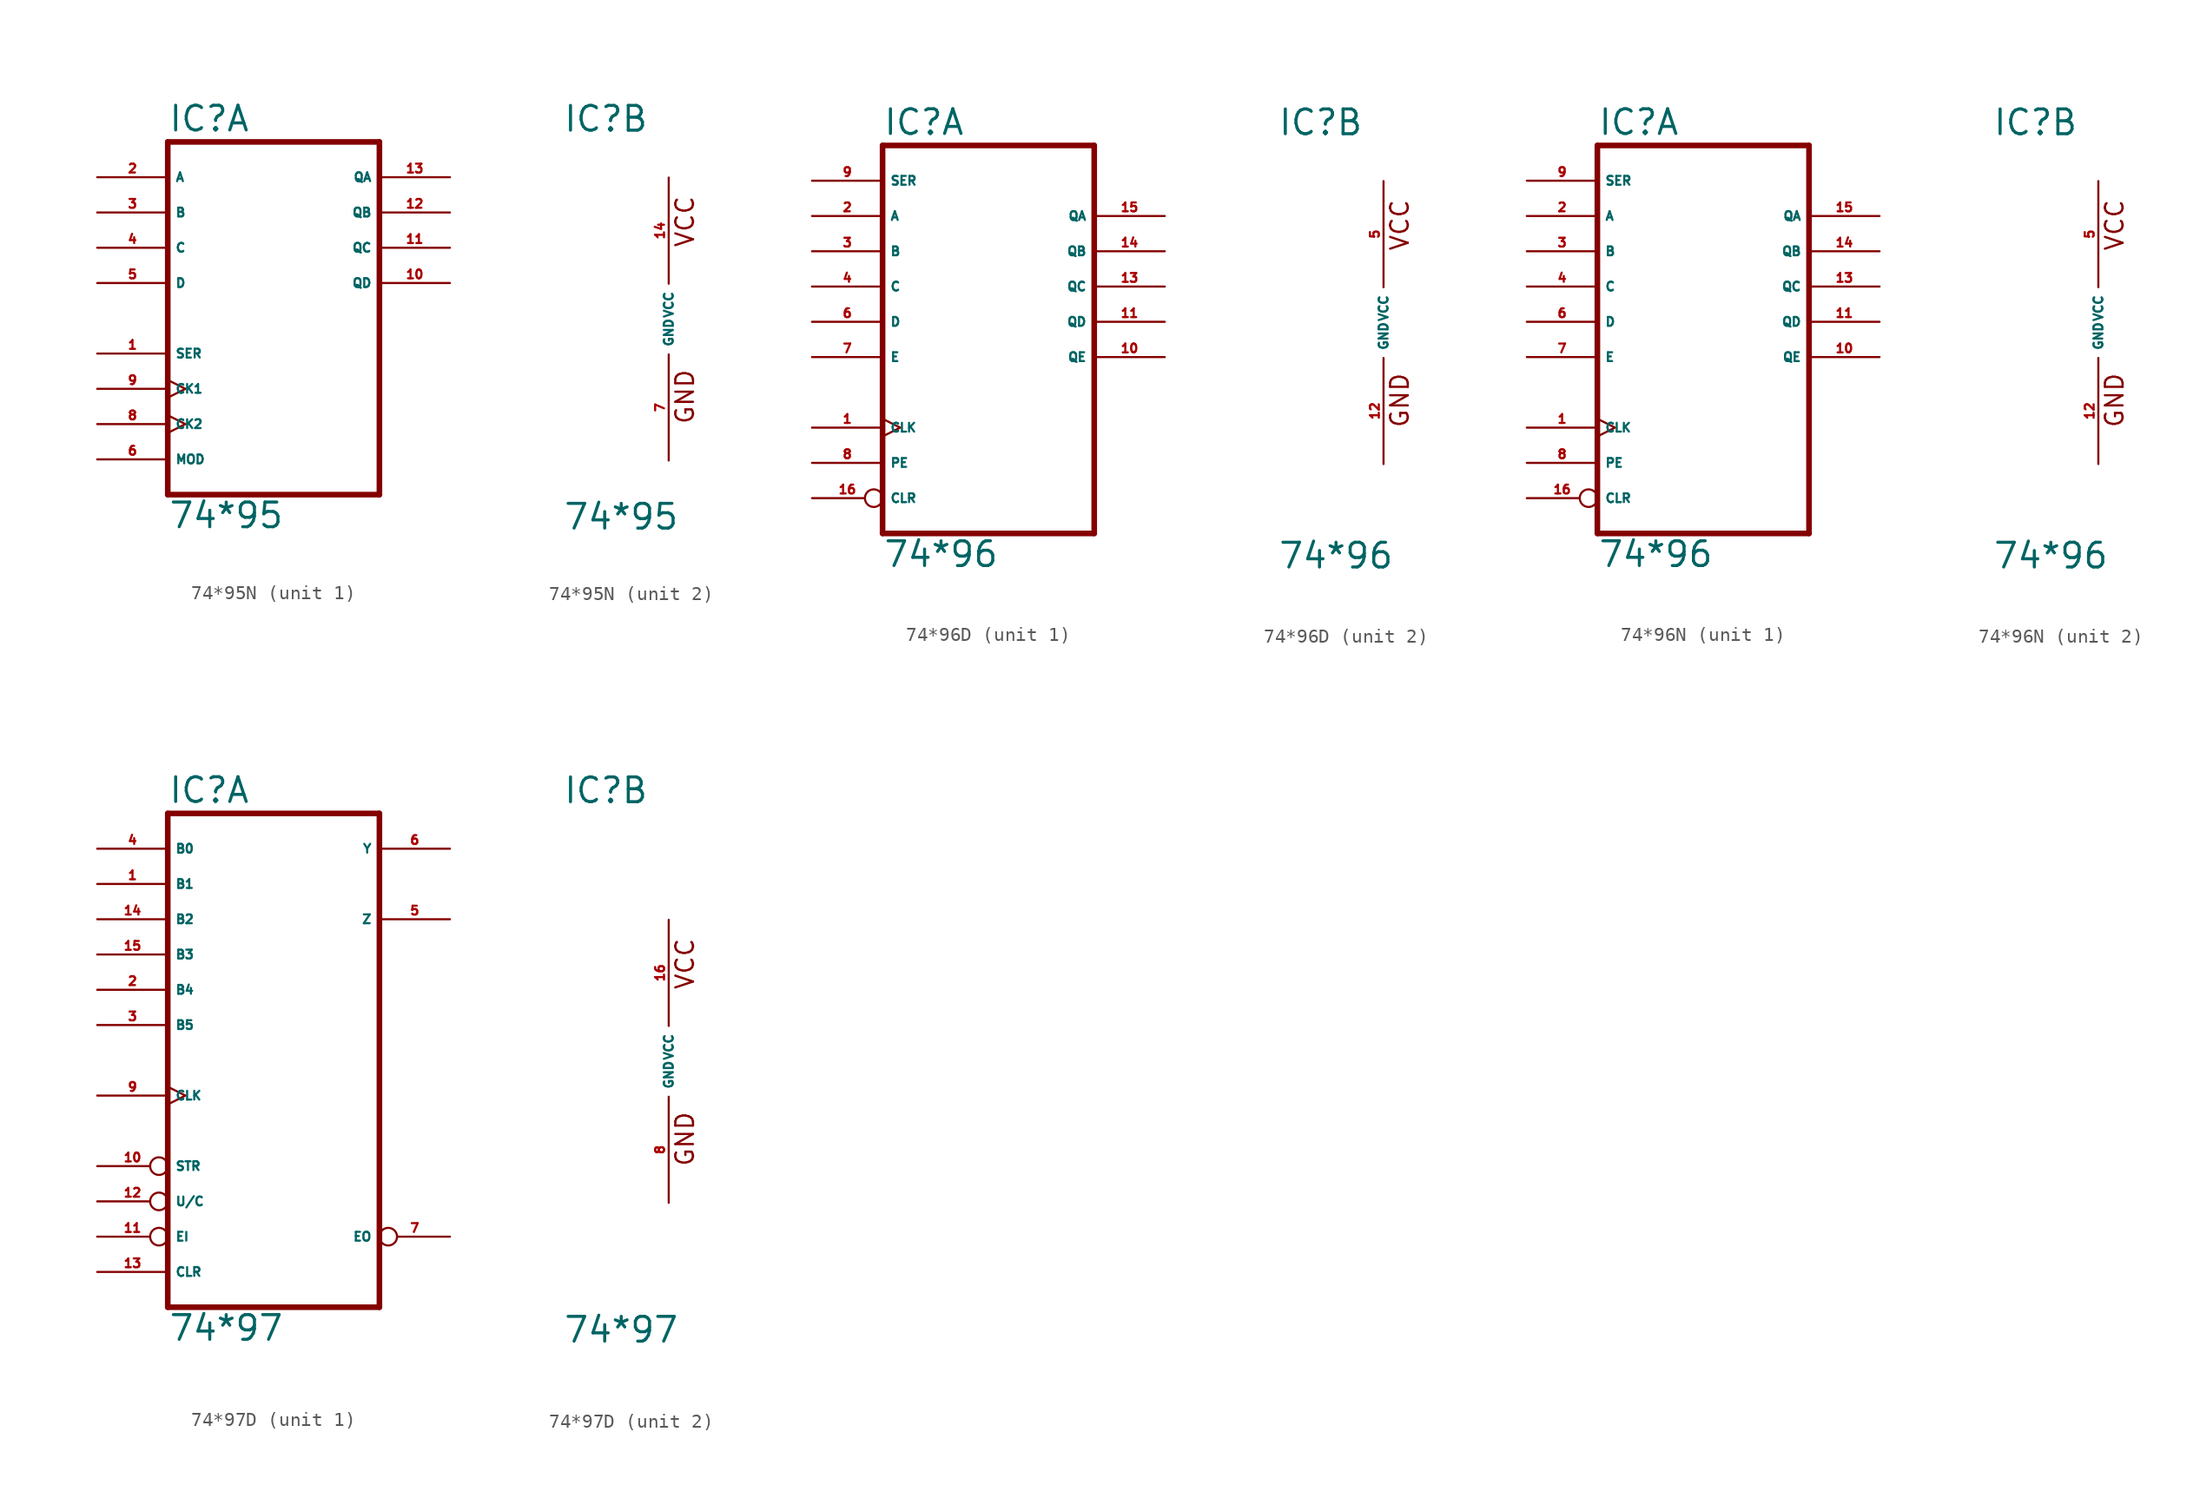
<source format=kicad_sym>
(kicad_symbol_lib
  (version 20220914)
  (generator Eagle2Kicad)
  (symbol "74*95N"
    (property "Reference" "IC"
      (at -7.62 13.335 0)
      (effects (font (size 1.778 1.778) (thickness 0.22)) (justify left bottom)))
    (property "Value" "74*95"
      (at -7.62 -15.24 0)
      (effects (font (size 1.778 1.778) (thickness 0.22)) (justify left bottom)))
    (symbol "74*95N_1_0"
      (polyline (pts (xy -7.62 -12.7) (xy 7.62 -12.7)) (stroke (width 0.406) (type default)) (fill (type none)))
      (polyline (pts (xy 7.62 -12.7) (xy 7.62 12.7)) (stroke (width 0.406) (type default)) (fill (type none)))
      (polyline (pts (xy 7.62 12.7) (xy -7.62 12.7)) (stroke (width 0.406) (type default)) (fill (type none)))
      (polyline (pts (xy -7.62 12.7) (xy -7.62 -12.7)) (stroke (width 0.406) (type default)) (fill (type none)))
      (pin input line (at -12.7 -2.54 0) (length 5.08) (name "SER" (effects (font (size 0.635 0.635) (thickness 0.08)) (justify left bottom))) (number "1" (effects (font (size 0.635 0.635) (thickness 0.08)) (justify left bottom))))
      (pin input line (at -12.7 10.16 0) (length 5.08) (name "A" (effects (font (size 0.635 0.635) (thickness 0.08)) (justify left bottom))) (number "2" (effects (font (size 0.635 0.635) (thickness 0.08)) (justify left bottom))))
      (pin input line (at -12.7 7.62 0) (length 5.08) (name "B" (effects (font (size 0.635 0.635) (thickness 0.08)) (justify left bottom))) (number "3" (effects (font (size 0.635 0.635) (thickness 0.08)) (justify left bottom))))
      (pin input line (at -12.7 5.08 0) (length 5.08) (name "C" (effects (font (size 0.635 0.635) (thickness 0.08)) (justify left bottom))) (number "4" (effects (font (size 0.635 0.635) (thickness 0.08)) (justify left bottom))))
      (pin input line (at -12.7 2.54 0) (length 5.08) (name "D" (effects (font (size 0.635 0.635) (thickness 0.08)) (justify left bottom))) (number "5" (effects (font (size 0.635 0.635) (thickness 0.08)) (justify left bottom))))
      (pin input line (at -12.7 -10.16 0) (length 5.08) (name "MOD" (effects (font (size 0.635 0.635) (thickness 0.08)) (justify left bottom))) (number "6" (effects (font (size 0.635 0.635) (thickness 0.08)) (justify left bottom))))
      (pin input clock (at -12.7 -7.62 0) (length 5.08) (name "CK2" (effects (font (size 0.635 0.635) (thickness 0.08)) (justify left bottom))) (number "8" (effects (font (size 0.635 0.635) (thickness 0.08)) (justify left bottom))))
      (pin input clock (at -12.7 -5.08 0) (length 5.08) (name "CK1" (effects (font (size 0.635 0.635) (thickness 0.08)) (justify left bottom))) (number "9" (effects (font (size 0.635 0.635) (thickness 0.08)) (justify left bottom))))
      (pin output line (at 12.7 2.54 180) (length 5.08) (name "QD" (effects (font (size 0.635 0.635) (thickness 0.08)) (justify left bottom))) (number "10" (effects (font (size 0.635 0.635) (thickness 0.08)) (justify left bottom))))
      (pin output line (at 12.7 5.08 180) (length 5.08) (name "QC" (effects (font (size 0.635 0.635) (thickness 0.08)) (justify left bottom))) (number "11" (effects (font (size 0.635 0.635) (thickness 0.08)) (justify left bottom))))
      (pin output line (at 12.7 7.62 180) (length 5.08) (name "QB" (effects (font (size 0.635 0.635) (thickness 0.08)) (justify left bottom))) (number "12" (effects (font (size 0.635 0.635) (thickness 0.08)) (justify left bottom))))
      (pin output line (at 12.7 10.16 180) (length 5.08) (name "QA" (effects (font (size 0.635 0.635) (thickness 0.08)) (justify left bottom))) (number "13" (effects (font (size 0.635 0.635) (thickness 0.08)) (justify left bottom)))))
    (symbol "74*95N_2_0"
      (text "GND" (at 1.905 -7.62 900) (effects (font (size 1.27 1.27) (thickness 0.16)) (justify left bottom)))
      (text "VCC" (at 1.905 5.08 900) (effects (font (size 1.27 1.27) (thickness 0.16)) (justify left bottom)))
      (pin unspecified line (at 0 -10.16 90) (length 7.62) (name "GND" (effects (font (size 0.635 0.635) (thickness 0.08)) (justify left bottom))) (number "7" (effects (font (size 0.635 0.635) (thickness 0.08)) (justify left bottom))))
      (pin unspecified line (at 0 10.16 270) (length 7.62) (name "VCC" (effects (font (size 0.635 0.635) (thickness 0.08)) (justify left bottom))) (number "14" (effects (font (size 0.635 0.635) (thickness 0.08)) (justify left bottom))))))
  (symbol "74*96D"
    (property "Reference" "IC"
      (at -7.62 13.335 0)
      (effects (font (size 1.778 1.778) (thickness 0.22)) (justify left bottom)))
    (property "Value" "74*96"
      (at -7.62 -17.78 0)
      (effects (font (size 1.778 1.778) (thickness 0.22)) (justify left bottom)))
    (symbol "74*96D_1_0"
      (polyline (pts (xy -7.62 -15.24) (xy 7.62 -15.24)) (stroke (width 0.406) (type default)) (fill (type none)))
      (polyline (pts (xy 7.62 -15.24) (xy 7.62 12.7)) (stroke (width 0.406) (type default)) (fill (type none)))
      (polyline (pts (xy 7.62 12.7) (xy -7.62 12.7)) (stroke (width 0.406) (type default)) (fill (type none)))
      (polyline (pts (xy -7.62 12.7) (xy -7.62 -15.24)) (stroke (width 0.406) (type default)) (fill (type none)))
      (pin input clock (at -12.7 -7.62 0) (length 5.08) (name "CLK" (effects (font (size 0.635 0.635) (thickness 0.08)) (justify left bottom))) (number "1" (effects (font (size 0.635 0.635) (thickness 0.08)) (justify left bottom))))
      (pin input line (at -12.7 7.62 0) (length 5.08) (name "A" (effects (font (size 0.635 0.635) (thickness 0.08)) (justify left bottom))) (number "2" (effects (font (size 0.635 0.635) (thickness 0.08)) (justify left bottom))))
      (pin input line (at -12.7 5.08 0) (length 5.08) (name "B" (effects (font (size 0.635 0.635) (thickness 0.08)) (justify left bottom))) (number "3" (effects (font (size 0.635 0.635) (thickness 0.08)) (justify left bottom))))
      (pin input line (at -12.7 2.54 0) (length 5.08) (name "C" (effects (font (size 0.635 0.635) (thickness 0.08)) (justify left bottom))) (number "4" (effects (font (size 0.635 0.635) (thickness 0.08)) (justify left bottom))))
      (pin input line (at -12.7 0 0) (length 5.08) (name "D" (effects (font (size 0.635 0.635) (thickness 0.08)) (justify left bottom))) (number "6" (effects (font (size 0.635 0.635) (thickness 0.08)) (justify left bottom))))
      (pin input line (at -12.7 -2.54 0) (length 5.08) (name "E" (effects (font (size 0.635 0.635) (thickness 0.08)) (justify left bottom))) (number "7" (effects (font (size 0.635 0.635) (thickness 0.08)) (justify left bottom))))
      (pin input line (at -12.7 -10.16 0) (length 5.08) (name "PE" (effects (font (size 0.635 0.635) (thickness 0.08)) (justify left bottom))) (number "8" (effects (font (size 0.635 0.635) (thickness 0.08)) (justify left bottom))))
      (pin input line (at -12.7 10.16 0) (length 5.08) (name "SER" (effects (font (size 0.635 0.635) (thickness 0.08)) (justify left bottom))) (number "9" (effects (font (size 0.635 0.635) (thickness 0.08)) (justify left bottom))))
      (pin output line (at 12.7 -2.54 180) (length 5.08) (name "QE" (effects (font (size 0.635 0.635) (thickness 0.08)) (justify left bottom))) (number "10" (effects (font (size 0.635 0.635) (thickness 0.08)) (justify left bottom))))
      (pin output line (at 12.7 0 180) (length 5.08) (name "QD" (effects (font (size 0.635 0.635) (thickness 0.08)) (justify left bottom))) (number "11" (effects (font (size 0.635 0.635) (thickness 0.08)) (justify left bottom))))
      (pin output line (at 12.7 2.54 180) (length 5.08) (name "QC" (effects (font (size 0.635 0.635) (thickness 0.08)) (justify left bottom))) (number "13" (effects (font (size 0.635 0.635) (thickness 0.08)) (justify left bottom))))
      (pin output line (at 12.7 5.08 180) (length 5.08) (name "QB" (effects (font (size 0.635 0.635) (thickness 0.08)) (justify left bottom))) (number "14" (effects (font (size 0.635 0.635) (thickness 0.08)) (justify left bottom))))
      (pin output line (at 12.7 7.62 180) (length 5.08) (name "QA" (effects (font (size 0.635 0.635) (thickness 0.08)) (justify left bottom))) (number "15" (effects (font (size 0.635 0.635) (thickness 0.08)) (justify left bottom))))
      (pin input inverted (at -12.7 -12.7 0) (length 5.08) (name "CLR" (effects (font (size 0.635 0.635) (thickness 0.08)) (justify left bottom))) (number "16" (effects (font (size 0.635 0.635) (thickness 0.08)) (justify left bottom)))))
    (symbol "74*96D_2_0"
      (text "GND" (at 1.905 -7.62 900) (effects (font (size 1.27 1.27) (thickness 0.16)) (justify left bottom)))
      (text "VCC" (at 1.905 5.08 900) (effects (font (size 1.27 1.27) (thickness 0.16)) (justify left bottom)))
      (pin unspecified line (at 0 -10.16 90) (length 7.62) (name "GND" (effects (font (size 0.635 0.635) (thickness 0.08)) (justify left bottom))) (number "12" (effects (font (size 0.635 0.635) (thickness 0.08)) (justify left bottom))))
      (pin unspecified line (at 0 10.16 270) (length 7.62) (name "VCC" (effects (font (size 0.635 0.635) (thickness 0.08)) (justify left bottom))) (number "5" (effects (font (size 0.635 0.635) (thickness 0.08)) (justify left bottom))))))
  (symbol "74*96N"
    (property "Reference" "IC"
      (at -7.62 13.335 0)
      (effects (font (size 1.778 1.778) (thickness 0.22)) (justify left bottom)))
    (property "Value" "74*96"
      (at -7.62 -17.78 0)
      (effects (font (size 1.778 1.778) (thickness 0.22)) (justify left bottom)))
    (symbol "74*96N_1_0"
      (polyline (pts (xy -7.62 -15.24) (xy 7.62 -15.24)) (stroke (width 0.406) (type default)) (fill (type none)))
      (polyline (pts (xy 7.62 -15.24) (xy 7.62 12.7)) (stroke (width 0.406) (type default)) (fill (type none)))
      (polyline (pts (xy 7.62 12.7) (xy -7.62 12.7)) (stroke (width 0.406) (type default)) (fill (type none)))
      (polyline (pts (xy -7.62 12.7) (xy -7.62 -15.24)) (stroke (width 0.406) (type default)) (fill (type none)))
      (pin input clock (at -12.7 -7.62 0) (length 5.08) (name "CLK" (effects (font (size 0.635 0.635) (thickness 0.08)) (justify left bottom))) (number "1" (effects (font (size 0.635 0.635) (thickness 0.08)) (justify left bottom))))
      (pin input line (at -12.7 7.62 0) (length 5.08) (name "A" (effects (font (size 0.635 0.635) (thickness 0.08)) (justify left bottom))) (number "2" (effects (font (size 0.635 0.635) (thickness 0.08)) (justify left bottom))))
      (pin input line (at -12.7 5.08 0) (length 5.08) (name "B" (effects (font (size 0.635 0.635) (thickness 0.08)) (justify left bottom))) (number "3" (effects (font (size 0.635 0.635) (thickness 0.08)) (justify left bottom))))
      (pin input line (at -12.7 2.54 0) (length 5.08) (name "C" (effects (font (size 0.635 0.635) (thickness 0.08)) (justify left bottom))) (number "4" (effects (font (size 0.635 0.635) (thickness 0.08)) (justify left bottom))))
      (pin input line (at -12.7 0 0) (length 5.08) (name "D" (effects (font (size 0.635 0.635) (thickness 0.08)) (justify left bottom))) (number "6" (effects (font (size 0.635 0.635) (thickness 0.08)) (justify left bottom))))
      (pin input line (at -12.7 -2.54 0) (length 5.08) (name "E" (effects (font (size 0.635 0.635) (thickness 0.08)) (justify left bottom))) (number "7" (effects (font (size 0.635 0.635) (thickness 0.08)) (justify left bottom))))
      (pin input line (at -12.7 -10.16 0) (length 5.08) (name "PE" (effects (font (size 0.635 0.635) (thickness 0.08)) (justify left bottom))) (number "8" (effects (font (size 0.635 0.635) (thickness 0.08)) (justify left bottom))))
      (pin input line (at -12.7 10.16 0) (length 5.08) (name "SER" (effects (font (size 0.635 0.635) (thickness 0.08)) (justify left bottom))) (number "9" (effects (font (size 0.635 0.635) (thickness 0.08)) (justify left bottom))))
      (pin output line (at 12.7 -2.54 180) (length 5.08) (name "QE" (effects (font (size 0.635 0.635) (thickness 0.08)) (justify left bottom))) (number "10" (effects (font (size 0.635 0.635) (thickness 0.08)) (justify left bottom))))
      (pin output line (at 12.7 0 180) (length 5.08) (name "QD" (effects (font (size 0.635 0.635) (thickness 0.08)) (justify left bottom))) (number "11" (effects (font (size 0.635 0.635) (thickness 0.08)) (justify left bottom))))
      (pin output line (at 12.7 2.54 180) (length 5.08) (name "QC" (effects (font (size 0.635 0.635) (thickness 0.08)) (justify left bottom))) (number "13" (effects (font (size 0.635 0.635) (thickness 0.08)) (justify left bottom))))
      (pin output line (at 12.7 5.08 180) (length 5.08) (name "QB" (effects (font (size 0.635 0.635) (thickness 0.08)) (justify left bottom))) (number "14" (effects (font (size 0.635 0.635) (thickness 0.08)) (justify left bottom))))
      (pin output line (at 12.7 7.62 180) (length 5.08) (name "QA" (effects (font (size 0.635 0.635) (thickness 0.08)) (justify left bottom))) (number "15" (effects (font (size 0.635 0.635) (thickness 0.08)) (justify left bottom))))
      (pin input inverted (at -12.7 -12.7 0) (length 5.08) (name "CLR" (effects (font (size 0.635 0.635) (thickness 0.08)) (justify left bottom))) (number "16" (effects (font (size 0.635 0.635) (thickness 0.08)) (justify left bottom)))))
    (symbol "74*96N_2_0"
      (text "GND" (at 1.905 -7.62 900) (effects (font (size 1.27 1.27) (thickness 0.16)) (justify left bottom)))
      (text "VCC" (at 1.905 5.08 900) (effects (font (size 1.27 1.27) (thickness 0.16)) (justify left bottom)))
      (pin unspecified line (at 0 -10.16 90) (length 7.62) (name "GND" (effects (font (size 0.635 0.635) (thickness 0.08)) (justify left bottom))) (number "12" (effects (font (size 0.635 0.635) (thickness 0.08)) (justify left bottom))))
      (pin unspecified line (at 0 10.16 270) (length 7.62) (name "VCC" (effects (font (size 0.635 0.635) (thickness 0.08)) (justify left bottom))) (number "5" (effects (font (size 0.635 0.635) (thickness 0.08)) (justify left bottom))))))
  (symbol "74*97D"
    (property "Reference" "IC"
      (at -7.62 18.415 0)
      (effects (font (size 1.778 1.778) (thickness 0.22)) (justify left bottom)))
    (property "Value" "74*97"
      (at -7.62 -20.32 0)
      (effects (font (size 1.778 1.778) (thickness 0.22)) (justify left bottom)))
    (symbol "74*97D_1_0"
      (polyline (pts (xy -7.62 -17.78) (xy 7.62 -17.78)) (stroke (width 0.406) (type default)) (fill (type none)))
      (polyline (pts (xy 7.62 -17.78) (xy 7.62 17.78)) (stroke (width 0.406) (type default)) (fill (type none)))
      (polyline (pts (xy 7.62 17.78) (xy -7.62 17.78)) (stroke (width 0.406) (type default)) (fill (type none)))
      (polyline (pts (xy -7.62 17.78) (xy -7.62 -17.78)) (stroke (width 0.406) (type default)) (fill (type none)))
      (pin input line (at -12.7 12.7 0) (length 5.08) (name "B1" (effects (font (size 0.635 0.635) (thickness 0.08)) (justify left bottom))) (number "1" (effects (font (size 0.635 0.635) (thickness 0.08)) (justify left bottom))))
      (pin input line (at -12.7 5.08 0) (length 5.08) (name "B4" (effects (font (size 0.635 0.635) (thickness 0.08)) (justify left bottom))) (number "2" (effects (font (size 0.635 0.635) (thickness 0.08)) (justify left bottom))))
      (pin input line (at -12.7 2.54 0) (length 5.08) (name "B5" (effects (font (size 0.635 0.635) (thickness 0.08)) (justify left bottom))) (number "3" (effects (font (size 0.635 0.635) (thickness 0.08)) (justify left bottom))))
      (pin input line (at -12.7 15.24 0) (length 5.08) (name "B0" (effects (font (size 0.635 0.635) (thickness 0.08)) (justify left bottom))) (number "4" (effects (font (size 0.635 0.635) (thickness 0.08)) (justify left bottom))))
      (pin output line (at 12.7 10.16 180) (length 5.08) (name "Z" (effects (font (size 0.635 0.635) (thickness 0.08)) (justify left bottom))) (number "5" (effects (font (size 0.635 0.635) (thickness 0.08)) (justify left bottom))))
      (pin output line (at 12.7 15.24 180) (length 5.08) (name "Y" (effects (font (size 0.635 0.635) (thickness 0.08)) (justify left bottom))) (number "6" (effects (font (size 0.635 0.635) (thickness 0.08)) (justify left bottom))))
      (pin output inverted (at 12.7 -12.7 180) (length 5.08) (name "EO" (effects (font (size 0.635 0.635) (thickness 0.08)) (justify left bottom))) (number "7" (effects (font (size 0.635 0.635) (thickness 0.08)) (justify left bottom))))
      (pin input clock (at -12.7 -2.54 0) (length 5.08) (name "CLK" (effects (font (size 0.635 0.635) (thickness 0.08)) (justify left bottom))) (number "9" (effects (font (size 0.635 0.635) (thickness 0.08)) (justify left bottom))))
      (pin input inverted (at -12.7 -7.62 0) (length 5.08) (name "STR" (effects (font (size 0.635 0.635) (thickness 0.08)) (justify left bottom))) (number "10" (effects (font (size 0.635 0.635) (thickness 0.08)) (justify left bottom))))
      (pin input inverted (at -12.7 -12.7 0) (length 5.08) (name "EI" (effects (font (size 0.635 0.635) (thickness 0.08)) (justify left bottom))) (number "11" (effects (font (size 0.635 0.635) (thickness 0.08)) (justify left bottom))))
      (pin input inverted (at -12.7 -10.16 0) (length 5.08) (name "U/C" (effects (font (size 0.635 0.635) (thickness 0.08)) (justify left bottom))) (number "12" (effects (font (size 0.635 0.635) (thickness 0.08)) (justify left bottom))))
      (pin input line (at -12.7 -15.24 0) (length 5.08) (name "CLR" (effects (font (size 0.635 0.635) (thickness 0.08)) (justify left bottom))) (number "13" (effects (font (size 0.635 0.635) (thickness 0.08)) (justify left bottom))))
      (pin input line (at -12.7 10.16 0) (length 5.08) (name "B2" (effects (font (size 0.635 0.635) (thickness 0.08)) (justify left bottom))) (number "14" (effects (font (size 0.635 0.635) (thickness 0.08)) (justify left bottom))))
      (pin input line (at -12.7 7.62 0) (length 5.08) (name "B3" (effects (font (size 0.635 0.635) (thickness 0.08)) (justify left bottom))) (number "15" (effects (font (size 0.635 0.635) (thickness 0.08)) (justify left bottom)))))
    (symbol "74*97D_2_0"
      (text "GND" (at 1.905 -7.62 900) (effects (font (size 1.27 1.27) (thickness 0.16)) (justify left bottom)))
      (text "VCC" (at 1.905 5.08 900) (effects (font (size 1.27 1.27) (thickness 0.16)) (justify left bottom)))
      (pin unspecified line (at 0 -10.16 90) (length 7.62) (name "GND" (effects (font (size 0.635 0.635) (thickness 0.08)) (justify left bottom))) (number "8" (effects (font (size 0.635 0.635) (thickness 0.08)) (justify left bottom))))
      (pin unspecified line (at 0 10.16 270) (length 7.62) (name "VCC" (effects (font (size 0.635 0.635) (thickness 0.08)) (justify left bottom))) (number "16" (effects (font (size 0.635 0.635) (thickness 0.08)) (justify left bottom)))))))
</source>
